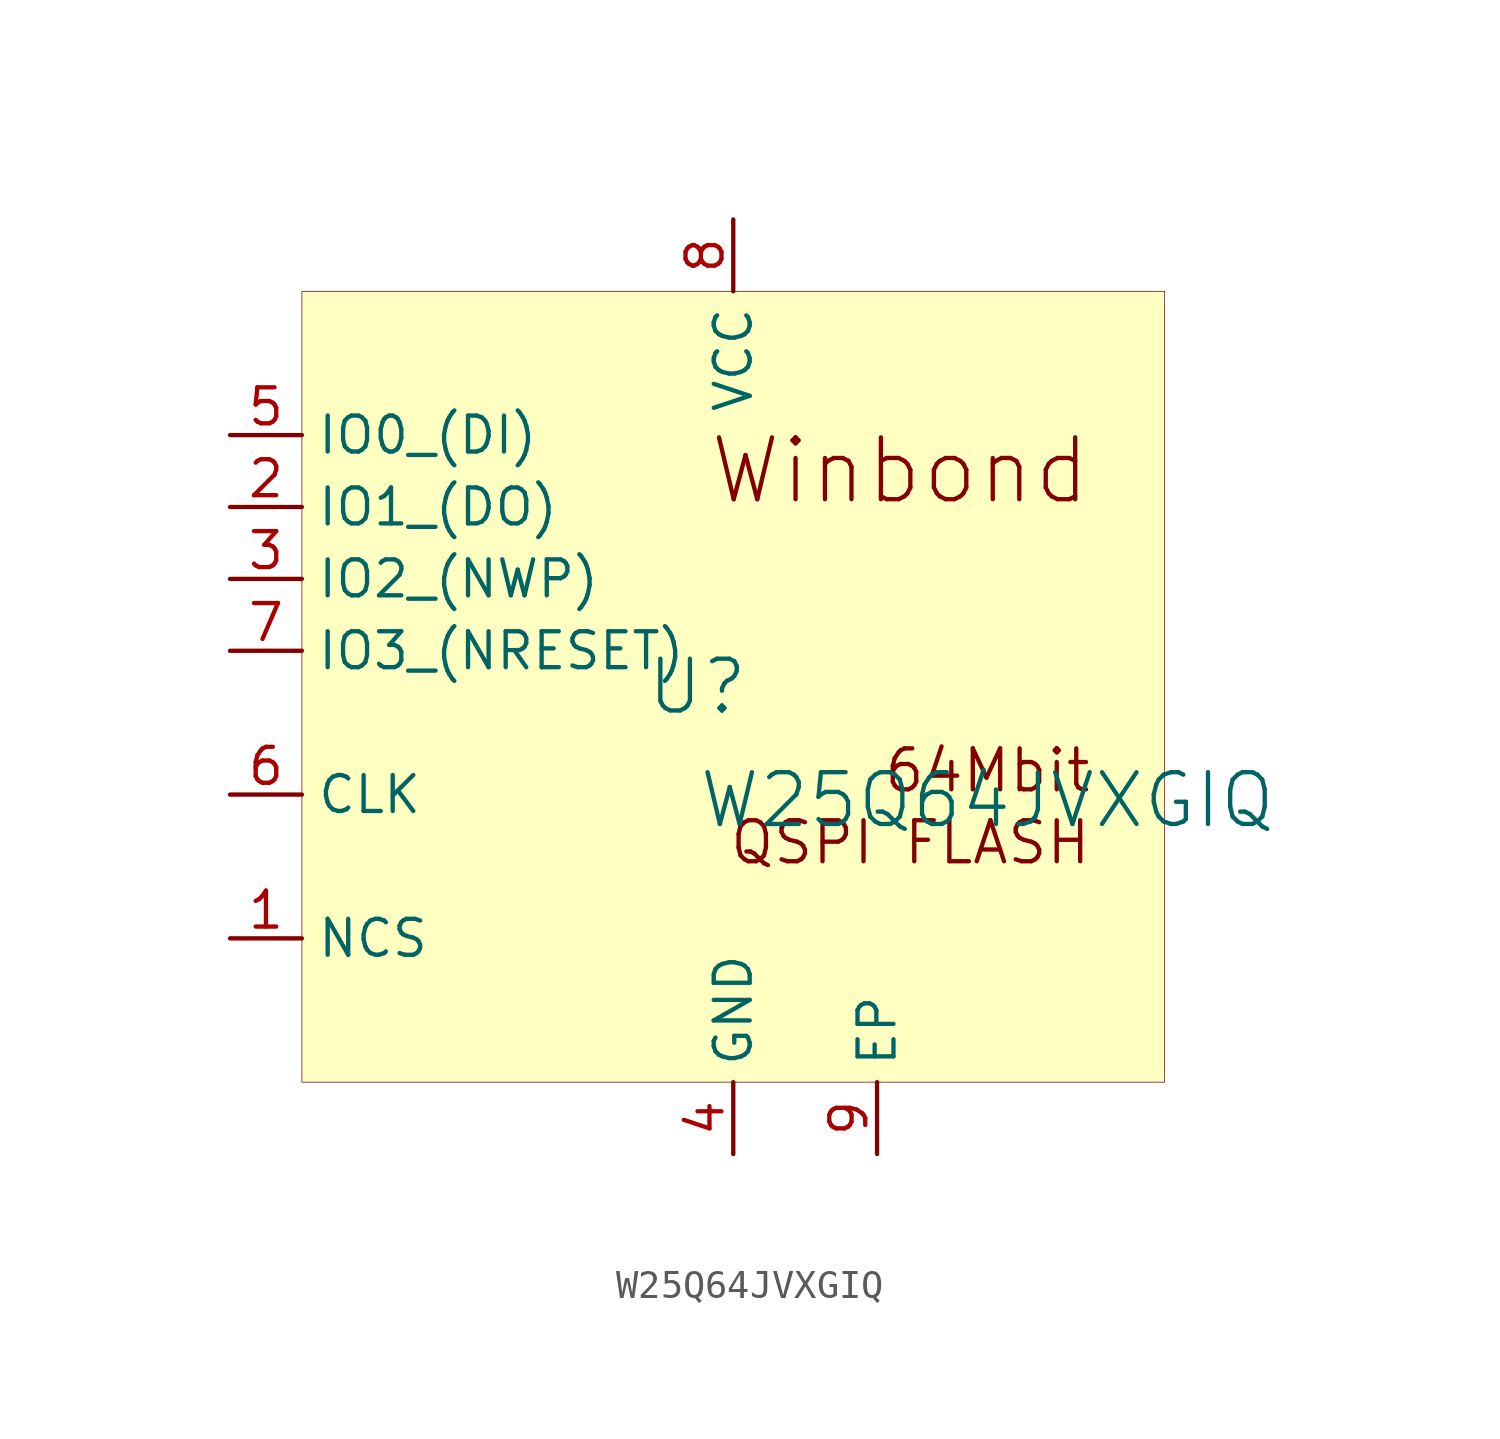
<source format=kicad_sym>
(kicad_symbol_lib
  (version 20231120)
  (generator "kicad_symbol_editor")
  (generator_version "8.0")
  (symbol "W25Q64JVXGIQ"
    (property "Reference" "U"
      (at -1.27 1.27 0)
      (effects (font (size 1.829 1.829))))
    (property "Value" "W25Q64JVXGIQ"
      (at -1.27 -3.81 0)
      (effects (font (size 1.829 1.829)) (justify left bottom)))
    (symbol "W25Q64JVXGIQ_1_0"
      (rectangle (start 15.24 15.24) (end -15.24 -12.7) (stroke (width 0.025) (type solid) (color 128 0 0 1)) (fill (type background)))
      (text "64Mbit" (at 12.7 -2.54 0) (effects (font (size 1.448 1.448)) (justify right bottom)))
      (text "QSPI FLASH" (at 12.7 -5.08 0) (effects (font (size 1.448 1.448)) (justify right bottom)))
      (text "Winbond" (at 12.7 7.62 0) (effects (font (size 2.184 2.184)) (justify right bottom)))
      (pin input line (at -17.78 -7.62 0) (length 2.54) (name "NCS" (effects (font (size 1.27 1.27)))) (number "1" (effects (font (size 1.27 1.27)))))
      (pin bidirectional line (at -17.78 7.62 0) (length 2.54) (name "IO1_(DO)" (effects (font (size 1.27 1.27)))) (number "2" (effects (font (size 1.27 1.27)))))
      (pin bidirectional line (at -17.78 5.08 0) (length 2.54) (name "IO2_(NWP)" (effects (font (size 1.27 1.27)))) (number "3" (effects (font (size 1.27 1.27)))))
      (pin power_in line (at 0 -15.24 90) (length 2.54) (name "GND" (effects (font (size 1.27 1.27)))) (number "4" (effects (font (size 1.27 1.27)))))
      (pin bidirectional line (at -17.78 10.16 0) (length 2.54) (name "IO0_(DI)" (effects (font (size 1.27 1.27)))) (number "5" (effects (font (size 1.27 1.27)))))
      (pin input line (at -17.78 -2.54 0) (length 2.54) (name "CLK" (effects (font (size 1.27 1.27)))) (number "6" (effects (font (size 1.27 1.27)))))
      (pin bidirectional line (at -17.78 2.54 0) (length 2.54) (name "IO3_(NRESET)" (effects (font (size 1.27 1.27)))) (number "7" (effects (font (size 1.27 1.27)))))
      (pin passive line (at 0 17.78 270) (length 2.54) (name "VCC" (effects (font (size 1.27 1.27)))) (number "8" (effects (font (size 1.27 1.27)))))
      (pin power_in line (at 5.08 -15.24 90) (length 2.54) (name "EP" (effects (font (size 1.27 1.27)))) (number "9" (effects (font (size 1.27 1.27))))))))
</source>
